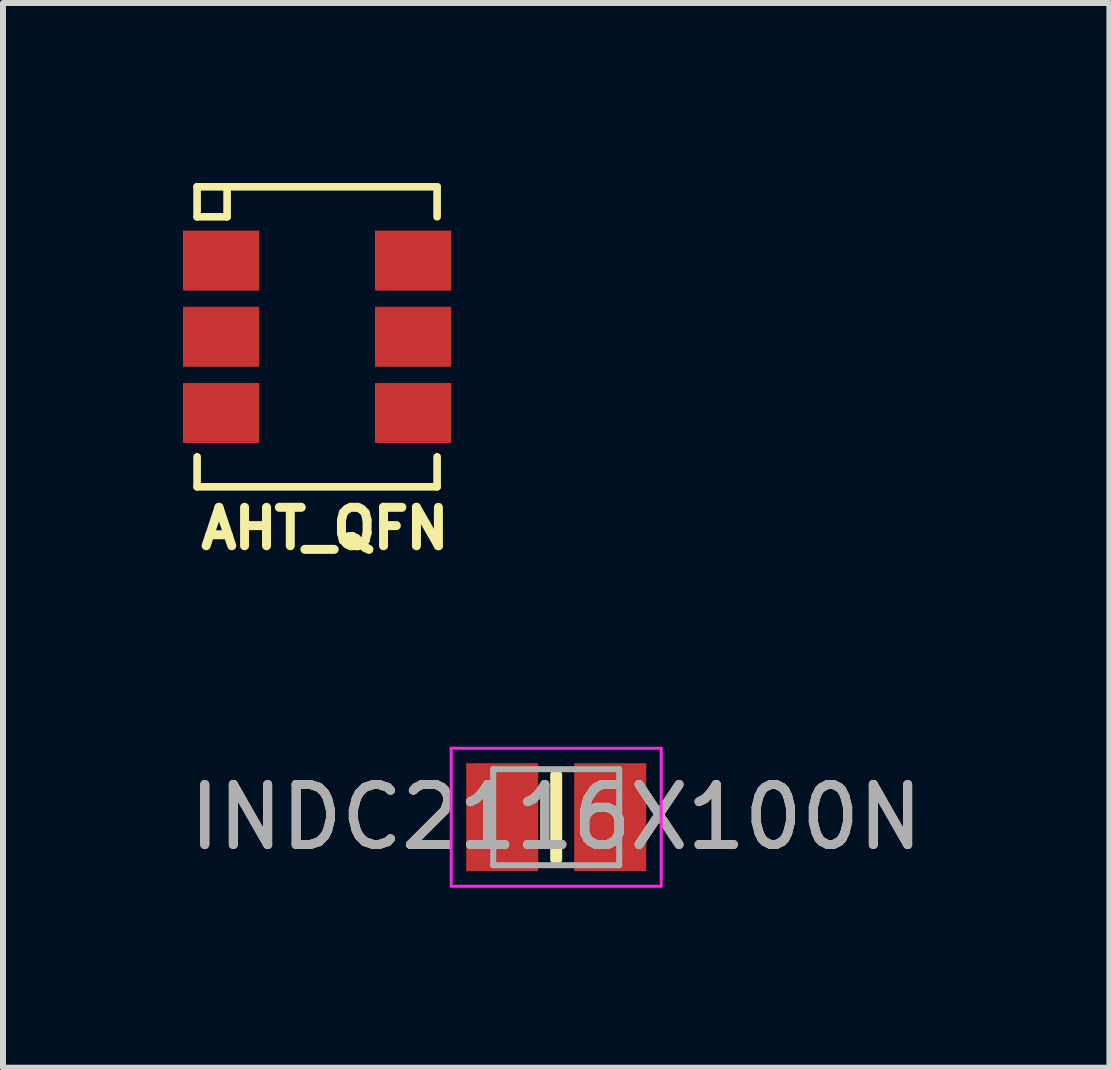
<source format=kicad_pcb>
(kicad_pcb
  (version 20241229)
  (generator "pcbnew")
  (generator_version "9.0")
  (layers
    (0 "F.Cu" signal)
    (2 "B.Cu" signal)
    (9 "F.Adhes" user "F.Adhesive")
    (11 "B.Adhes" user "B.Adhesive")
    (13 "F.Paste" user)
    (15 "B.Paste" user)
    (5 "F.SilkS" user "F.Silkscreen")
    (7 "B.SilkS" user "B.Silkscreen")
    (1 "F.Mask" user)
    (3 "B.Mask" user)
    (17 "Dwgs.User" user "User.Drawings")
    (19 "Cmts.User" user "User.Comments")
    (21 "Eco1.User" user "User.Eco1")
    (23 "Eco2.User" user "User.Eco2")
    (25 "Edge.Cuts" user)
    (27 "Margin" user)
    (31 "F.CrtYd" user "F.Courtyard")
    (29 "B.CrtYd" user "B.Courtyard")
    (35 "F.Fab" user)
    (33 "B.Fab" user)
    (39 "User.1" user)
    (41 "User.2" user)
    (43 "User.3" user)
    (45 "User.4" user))
  (footprint "AHT_QFN"
    (layer "F.Cu")
    (at 2.235 2.563)
    (property "Reference" "AHT_QFN" (at 0.132 3.194 0) (layer "F.SilkS") (effects (font (size 0.64 0.64) (thickness 0.15))))
    (attr smd)
    (fp_line (start -2 -2.5) (end -2 -2) (stroke (width 0.127) (type solid)) (layer "F.SilkS"))
    (fp_line (start -2 -2.5) (end -1.5 -2.5) (stroke (width 0.127) (type solid)) (layer "F.SilkS"))
    (fp_line (start -2 -2) (end -1.5 -2) (stroke (width 0.127) (type solid)) (layer "F.SilkS"))
    (fp_line (start -2 2) (end -2 2.5) (stroke (width 0.127) (type solid)) (layer "F.SilkS"))
    (fp_line (start -1.5 -2.5) (end 2 -2.5) (stroke (width 0.127) (type solid)) (layer "F.SilkS"))
    (fp_line (start -1.5 -2) (end -1.5 -2.5) (stroke (width 0.127) (type solid)) (layer "F.SilkS"))
    (fp_line (start 2 -2.5) (end 2 -2) (stroke (width 0.127) (type solid)) (layer "F.SilkS"))
    (fp_line (start 2 2) (end 2 2.5) (stroke (width 0.127) (type solid)) (layer "F.SilkS"))
    (fp_line (start 2 2.5) (end -2 2.5) (stroke (width 0.127) (type solid)) (layer "F.SilkS"))
    (pad "1" smd rect (at -1.6 -1.27) (size 1.27 1) (layers "F.Cu" "F.Mask" "F.Paste"))
    (pad "2" smd rect (at -1.6 0) (size 1.27 1) (layers "F.Cu" "F.Mask" "F.Paste"))
    (pad "3" smd rect (at -1.6 1.27) (size 1.27 1) (layers "F.Cu" "F.Mask" "F.Paste"))
    (pad "4" smd rect (at 1.6 1.27) (size 1.27 1) (layers "F.Cu" "F.Mask" "F.Paste"))
    (pad "5" smd rect (at 1.6 0) (size 1.27 1) (layers "F.Cu" "F.Mask" "F.Paste"))
    (pad "6" smd rect (at 1.6 -1.27) (size 1.27 1) (layers "F.Cu" "F.Mask" "F.Paste")))
  (footprint "INDC2116X100N"
    (layer "F.Cu")
    (at 6.22 10.57)
    (property "Reference" "INDC2116X100N" (at 0 0 0) (layer "F.SilkS") (effects (font (size 1 1) (thickness 0.15))))
    (attr smd)
    (fp_line (start 0 -0.7) (end 0 0.7) (stroke (width 0.2) (type solid)) (layer "F.SilkS"))
    (fp_line (start -1.75 -1.15) (end 1.75 -1.15) (stroke (width 0.05) (type solid)) (layer "F.CrtYd"))
    (fp_line (start -1.75 1.15) (end -1.75 -1.15) (stroke (width 0.05) (type solid)) (layer "F.CrtYd"))
    (fp_line (start 1.75 -1.15) (end 1.75 1.15) (stroke (width 0.05) (type solid)) (layer "F.CrtYd"))
    (fp_line (start 1.75 1.15) (end -1.75 1.15) (stroke (width 0.05) (type solid)) (layer "F.CrtYd"))
    (fp_line (start -1.05 -0.8) (end 1.05 -0.8) (stroke (width 0.1) (type solid)) (layer "F.Fab"))
    (fp_line (start -1.05 0.8) (end -1.05 -0.8) (stroke (width 0.1) (type solid)) (layer "F.Fab"))
    (fp_line (start 1.05 -0.8) (end 1.05 0.8) (stroke (width 0.1) (type solid)) (layer "F.Fab"))
    (fp_line (start 1.05 0.8) (end -1.05 0.8) (stroke (width 0.1) (type solid)) (layer "F.Fab"))
    (fp_text user "${REFERENCE}" (at 0 0 0) (unlocked yes) (layer "F.Fab") (effects (font (size 1 1) (thickness 0.15))))
    (pad "1" smd rect (at -0.9 0) (size 1.2 1.8) (layers "F.Cu" "F.Mask" "F.Paste"))
    (pad "2" smd rect (at 0.9 0) (size 1.2 1.8) (layers "F.Cu" "F.Mask" "F.Paste")))
  (gr_rect
    (start -3 -3)
    (end 15.44 14.745)
    (stroke (width 0.1) (type default))
    (fill no)
    (layer "Edge.Cuts")))
</source>
